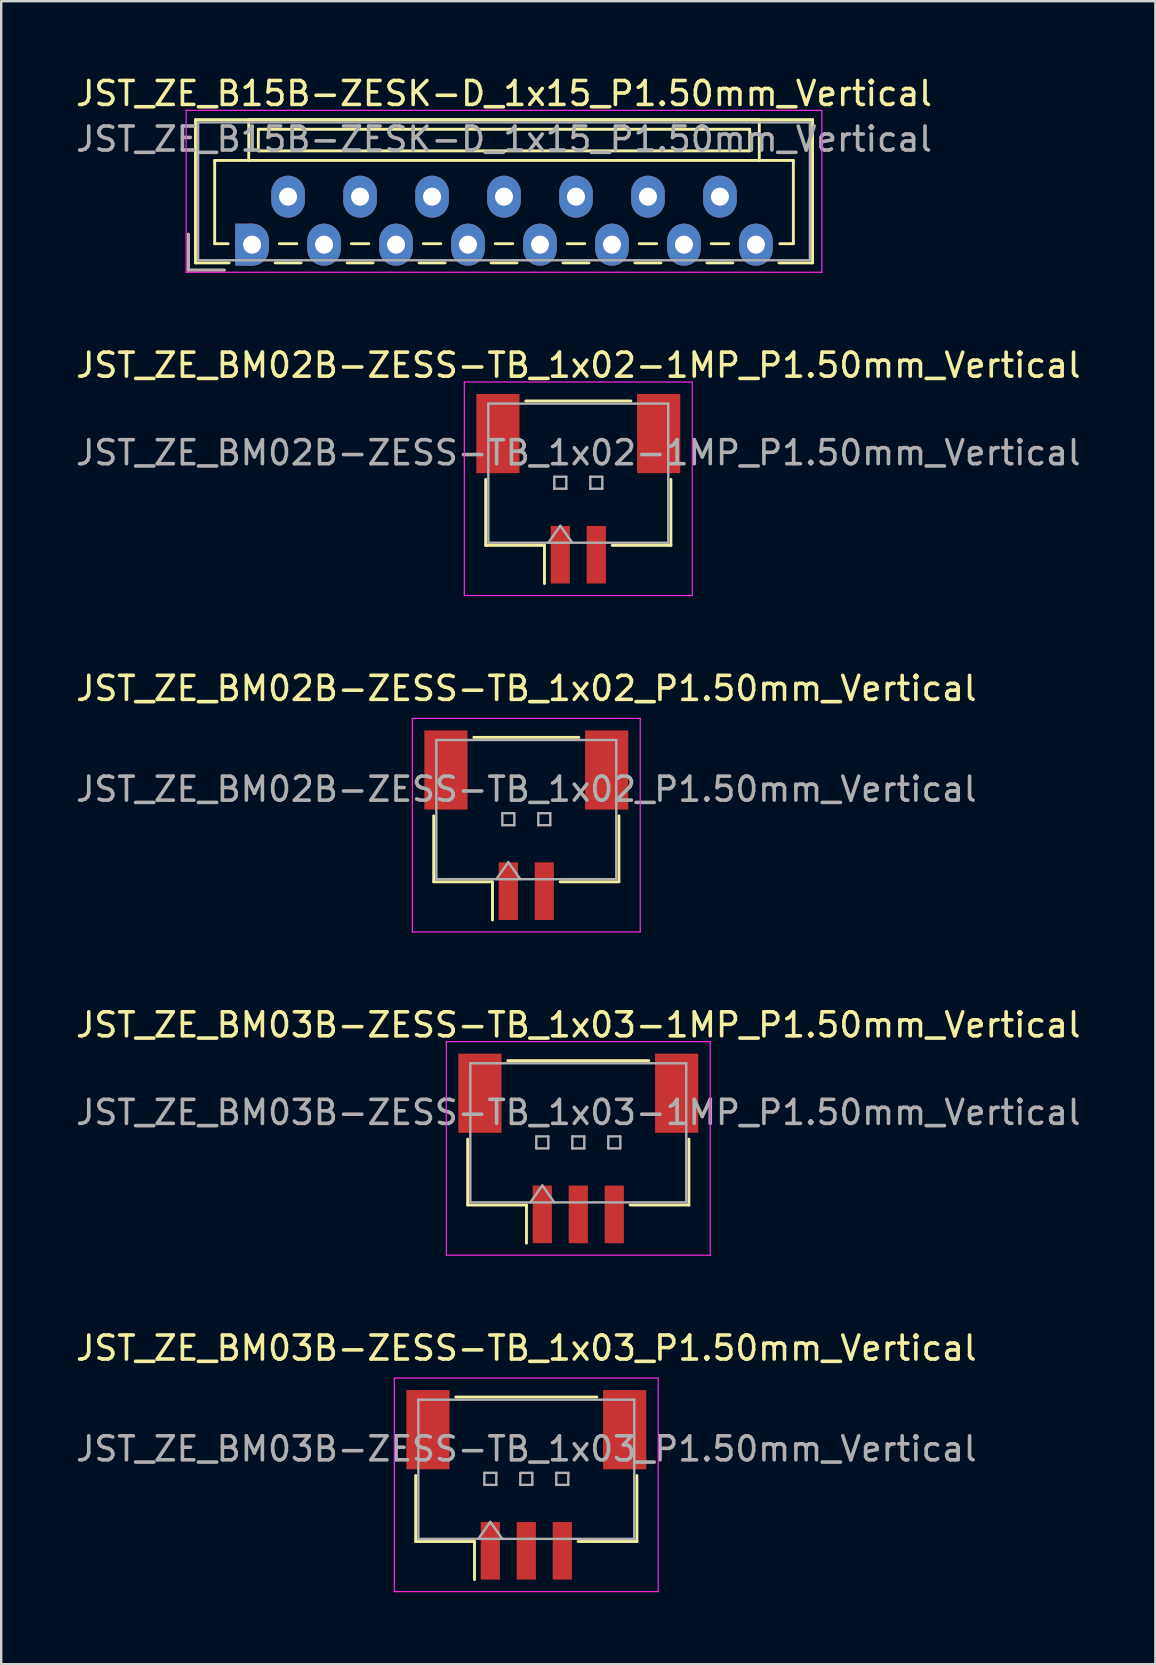
<source format=kicad_pcb>
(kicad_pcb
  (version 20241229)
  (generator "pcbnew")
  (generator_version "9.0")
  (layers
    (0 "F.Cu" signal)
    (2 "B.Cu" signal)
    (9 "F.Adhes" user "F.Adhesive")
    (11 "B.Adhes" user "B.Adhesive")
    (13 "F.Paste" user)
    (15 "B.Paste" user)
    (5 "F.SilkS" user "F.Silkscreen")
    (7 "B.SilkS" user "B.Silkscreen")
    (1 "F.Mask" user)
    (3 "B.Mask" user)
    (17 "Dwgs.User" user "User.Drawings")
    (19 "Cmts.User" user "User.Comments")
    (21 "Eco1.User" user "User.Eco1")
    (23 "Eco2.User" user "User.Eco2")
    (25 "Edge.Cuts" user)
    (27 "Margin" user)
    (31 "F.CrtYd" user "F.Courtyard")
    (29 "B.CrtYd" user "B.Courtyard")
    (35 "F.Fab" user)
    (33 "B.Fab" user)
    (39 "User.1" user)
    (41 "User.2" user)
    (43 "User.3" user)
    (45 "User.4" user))
  (footprint "JST_ZE_B15B-ZESK-D_1x15_P1.50mm_Vertical"
    (layer "F.Cu")
    (at 7.458 7.148)
    (property "Reference" "JST_ZE_B15B-ZESK-D_1x15_P1.50mm_Vertical" (at 10.5 -6.3 0) (layer "F.SilkS") (effects (font (size 1 1) (thickness 0.15))))
    (attr through_hole)
    (fp_line (start -2.66 -0.44) (end -2.66 1.06) (stroke (width 0.12) (type solid)) (layer "F.SilkS"))
    (fp_line (start -2.66 1.06) (end -1.16 1.06) (stroke (width 0.12) (type solid)) (layer "F.SilkS"))
    (fp_line (start -2.36 -5.21) (end 23.36 -5.21) (stroke (width 0.12) (type solid)) (layer "F.SilkS"))
    (fp_line (start -2.36 0.76) (end -2.36 -5.21) (stroke (width 0.12) (type solid)) (layer "F.SilkS"))
    (fp_line (start -1.56 -3.51) (end -1.56 -0.04) (stroke (width 0.12) (type solid)) (layer "F.SilkS"))
    (fp_line (start -1.56 -0.04) (end -1 -0.04) (stroke (width 0.12) (type solid)) (layer "F.SilkS"))
    (fp_line (start -0.96 0.76) (end -2.36 0.76) (stroke (width 0.12) (type solid)) (layer "F.SilkS"))
    (fp_line (start -0.14 -5.21) (end -0.14 -3.51) (stroke (width 0.12) (type solid)) (layer "F.SilkS"))
    (fp_line (start -0.14 -3.51) (end -1.56 -3.51) (stroke (width 0.12) (type solid)) (layer "F.SilkS"))
    (fp_line (start -0.14 -3.51) (end 21.14 -3.51) (stroke (width 0.12) (type solid)) (layer "F.SilkS"))
    (fp_line (start 0.26 -4.81) (end 0.26 -3.91) (stroke (width 0.12) (type solid)) (layer "F.SilkS"))
    (fp_line (start 0.26 -3.91) (end 20.74 -3.91) (stroke (width 0.12) (type solid)) (layer "F.SilkS"))
    (fp_line (start 0.96 0.76) (end 2.04 0.76) (stroke (width 0.12) (type solid)) (layer "F.SilkS"))
    (fp_line (start 1.135 -0.04) (end 1.865 -0.04) (stroke (width 0.12) (type solid)) (layer "F.SilkS"))
    (fp_line (start 3.96 0.76) (end 5.04 0.76) (stroke (width 0.12) (type solid)) (layer "F.SilkS"))
    (fp_line (start 4.135 -0.04) (end 4.865 -0.04) (stroke (width 0.12) (type solid)) (layer "F.SilkS"))
    (fp_line (start 6.96 0.76) (end 8.04 0.76) (stroke (width 0.12) (type solid)) (layer "F.SilkS"))
    (fp_line (start 7.135 -0.04) (end 7.865 -0.04) (stroke (width 0.12) (type solid)) (layer "F.SilkS"))
    (fp_line (start 9.96 0.76) (end 11.04 0.76) (stroke (width 0.12) (type solid)) (layer "F.SilkS"))
    (fp_line (start 10.135 -0.04) (end 10.865 -0.04) (stroke (width 0.12) (type solid)) (layer "F.SilkS"))
    (fp_line (start 12.96 0.76) (end 14.04 0.76) (stroke (width 0.12) (type solid)) (layer "F.SilkS"))
    (fp_line (start 13.135 -0.04) (end 13.865 -0.04) (stroke (width 0.12) (type solid)) (layer "F.SilkS"))
    (fp_line (start 15.96 0.76) (end 17.04 0.76) (stroke (width 0.12) (type solid)) (layer "F.SilkS"))
    (fp_line (start 16.135 -0.04) (end 16.865 -0.04) (stroke (width 0.12) (type solid)) (layer "F.SilkS"))
    (fp_line (start 18.96 0.76) (end 20.04 0.76) (stroke (width 0.12) (type solid)) (layer "F.SilkS"))
    (fp_line (start 19.135 -0.04) (end 19.865 -0.04) (stroke (width 0.12) (type solid)) (layer "F.SilkS"))
    (fp_line (start 20.74 -4.81) (end 0.26 -4.81) (stroke (width 0.12) (type solid)) (layer "F.SilkS"))
    (fp_line (start 20.74 -3.91) (end 20.74 -4.81) (stroke (width 0.12) (type solid)) (layer "F.SilkS"))
    (fp_line (start 21.14 -5.21) (end -0.14 -5.21) (stroke (width 0.12) (type solid)) (layer "F.SilkS"))
    (fp_line (start 21.14 -3.51) (end 21.14 -5.21) (stroke (width 0.12) (type solid)) (layer "F.SilkS"))
    (fp_line (start 21.14 -3.51) (end 22.56 -3.51) (stroke (width 0.12) (type solid)) (layer "F.SilkS"))
    (fp_line (start 22.56 -3.51) (end 22.56 -0.04) (stroke (width 0.12) (type solid)) (layer "F.SilkS"))
    (fp_line (start 22.56 -0.04) (end 22 -0.04) (stroke (width 0.12) (type solid)) (layer "F.SilkS"))
    (fp_line (start 23.36 -5.21) (end 23.36 0.76) (stroke (width 0.12) (type solid)) (layer "F.SilkS"))
    (fp_line (start 23.36 0.76) (end 21.96 0.76) (stroke (width 0.12) (type solid)) (layer "F.SilkS"))
    (fp_line (start -2.75 -5.6) (end -2.75 1.15) (stroke (width 0.05) (type solid)) (layer "F.CrtYd"))
    (fp_line (start -2.75 1.15) (end 23.75 1.15) (stroke (width 0.05) (type solid)) (layer "F.CrtYd"))
    (fp_line (start 23.75 -5.6) (end -2.75 -5.6) (stroke (width 0.05) (type solid)) (layer "F.CrtYd"))
    (fp_line (start 23.75 1.15) (end 23.75 -5.6) (stroke (width 0.05) (type solid)) (layer "F.CrtYd"))
    (fp_line (start -2.66 -0.44) (end -2.66 1.06) (stroke (width 0.1) (type solid)) (layer "F.Fab"))
    (fp_line (start -2.66 1.06) (end -1.16 1.06) (stroke (width 0.1) (type solid)) (layer "F.Fab"))
    (fp_line (start -2.25 -5.1) (end -2.25 0.65) (stroke (width 0.1) (type solid)) (layer "F.Fab"))
    (fp_line (start -2.25 0.65) (end 23.25 0.65) (stroke (width 0.1) (type solid)) (layer "F.Fab"))
    (fp_line (start 23.25 -5.1) (end -2.25 -5.1) (stroke (width 0.1) (type solid)) (layer "F.Fab"))
    (fp_line (start 23.25 0.65) (end 23.25 -5.1) (stroke (width 0.1) (type solid)) (layer "F.Fab"))
    (fp_text user "${REFERENCE}" (at 10.5 -4.4 0) (layer "F.Fab") (effects (font (size 1 1) (thickness 0.15))))
    (pad "1" smd rect (at -0.35 0) (size 0.7 1.75) (layers "F.Cu" "F.Mask"))
    (pad "1" smd rect (at -0.35 0) (size 0.7 1.75) (layers "B.Cu" "B.Mask"))
    (pad "1" thru_hole oval (at 0 0) (size 1.4 1.75) (drill 0.75) (layers "*.Cu" "*.Mask"))
    (pad "2" thru_hole oval (at 1.5 -2) (size 1.4 1.75) (drill 0.75) (layers "*.Cu" "*.Mask"))
    (pad "3" thru_hole oval (at 3 0) (size 1.4 1.75) (drill 0.75) (layers "*.Cu" "*.Mask"))
    (pad "4" thru_hole oval (at 4.5 -2) (size 1.4 1.75) (drill 0.75) (layers "*.Cu" "*.Mask"))
    (pad "5" thru_hole oval (at 6 0) (size 1.4 1.75) (drill 0.75) (layers "*.Cu" "*.Mask"))
    (pad "6" thru_hole oval (at 7.5 -2) (size 1.4 1.75) (drill 0.75) (layers "*.Cu" "*.Mask"))
    (pad "7" thru_hole oval (at 9 0) (size 1.4 1.75) (drill 0.75) (layers "*.Cu" "*.Mask"))
    (pad "8" thru_hole oval (at 10.5 -2) (size 1.4 1.75) (drill 0.75) (layers "*.Cu" "*.Mask"))
    (pad "9" thru_hole oval (at 12 0) (size 1.4 1.75) (drill 0.75) (layers "*.Cu" "*.Mask"))
    (pad "10" thru_hole oval (at 13.5 -2) (size 1.4 1.75) (drill 0.75) (layers "*.Cu" "*.Mask"))
    (pad "11" thru_hole oval (at 15 0) (size 1.4 1.75) (drill 0.75) (layers "*.Cu" "*.Mask"))
    (pad "12" thru_hole oval (at 16.5 -2) (size 1.4 1.75) (drill 0.75) (layers "*.Cu" "*.Mask"))
    (pad "13" thru_hole oval (at 18 0) (size 1.4 1.75) (drill 0.75) (layers "*.Cu" "*.Mask"))
    (pad "14" thru_hole oval (at 19.5 -2) (size 1.4 1.75) (drill 0.75) (layers "*.Cu" "*.Mask"))
    (pad "15" thru_hole oval (at 21 0) (size 1.4 1.75) (drill 0.75) (layers "*.Cu" "*.Mask")))
  (footprint "JST_ZE_BM02B-ZESS-TB_1x02-1MP_P1.50mm_Vertical"
    (layer "F.Cu")
    (at 21.054 17.322)
    (property "Reference" "JST_ZE_BM02B-ZESS-TB_1x02-1MP_P1.50mm_Vertical" (at 0 -5.15 0) (layer "F.SilkS") (effects (font (size 1 1) (thickness 0.15))))
    (attr smd)
    (fp_line (start -3.86 -0.39) (end -3.86 2.36) (stroke (width 0.12) (type solid)) (layer "F.SilkS"))
    (fp_line (start -3.86 2.36) (end -1.41 2.36) (stroke (width 0.12) (type solid)) (layer "F.SilkS"))
    (fp_line (start -2.19 -3.66) (end 2.19 -3.66) (stroke (width 0.12) (type solid)) (layer "F.SilkS"))
    (fp_line (start -1.41 2.36) (end -1.41 3.95) (stroke (width 0.12) (type solid)) (layer "F.SilkS"))
    (fp_line (start 3.86 -0.39) (end 3.86 2.36) (stroke (width 0.12) (type solid)) (layer "F.SilkS"))
    (fp_line (start 3.86 2.36) (end 1.41 2.36) (stroke (width 0.12) (type solid)) (layer "F.SilkS"))
    (fp_line (start -4.75 -4.45) (end -4.75 4.45) (stroke (width 0.05) (type solid)) (layer "F.CrtYd"))
    (fp_line (start -4.75 4.45) (end 4.75 4.45) (stroke (width 0.05) (type solid)) (layer "F.CrtYd"))
    (fp_line (start 4.75 -4.45) (end -4.75 -4.45) (stroke (width 0.05) (type solid)) (layer "F.CrtYd"))
    (fp_line (start 4.75 4.45) (end 4.75 -4.45) (stroke (width 0.05) (type solid)) (layer "F.CrtYd"))
    (fp_line (start -3.75 -3.55) (end 3.75 -3.55) (stroke (width 0.1) (type solid)) (layer "F.Fab"))
    (fp_line (start -3.75 2.25) (end -3.75 -3.55) (stroke (width 0.1) (type solid)) (layer "F.Fab"))
    (fp_line (start -3.75 2.25) (end 3.75 2.25) (stroke (width 0.1) (type solid)) (layer "F.Fab"))
    (fp_line (start -1.25 2.25) (end -0.75 1.543) (stroke (width 0.1) (type solid)) (layer "F.Fab"))
    (fp_line (start -1 -0.5) (end -1 0) (stroke (width 0.1) (type solid)) (layer "F.Fab"))
    (fp_line (start -1 0) (end -0.5 0) (stroke (width 0.1) (type solid)) (layer "F.Fab"))
    (fp_line (start -0.75 1.543) (end -0.25 2.25) (stroke (width 0.1) (type solid)) (layer "F.Fab"))
    (fp_line (start -0.5 -0.5) (end -1 -0.5) (stroke (width 0.1) (type solid)) (layer "F.Fab"))
    (fp_line (start -0.5 0) (end -0.5 -0.5) (stroke (width 0.1) (type solid)) (layer "F.Fab"))
    (fp_line (start 0.5 -0.5) (end 0.5 0) (stroke (width 0.1) (type solid)) (layer "F.Fab"))
    (fp_line (start 0.5 0) (end 1 0) (stroke (width 0.1) (type solid)) (layer "F.Fab"))
    (fp_line (start 1 -0.5) (end 0.5 -0.5) (stroke (width 0.1) (type solid)) (layer "F.Fab"))
    (fp_line (start 1 0) (end 1 -0.5) (stroke (width 0.1) (type solid)) (layer "F.Fab"))
    (fp_line (start 3.75 2.25) (end 3.75 -3.55) (stroke (width 0.1) (type solid)) (layer "F.Fab"))
    (fp_text user "${REFERENCE}" (at 0 -1.5 0) (layer "F.Fab") (effects (font (size 1 1) (thickness 0.15))))
    (pad "1" smd rect (at -0.75 2.75) (size 0.8 2.4) (layers "F.Cu" "F.Mask" "F.Paste"))
    (pad "2" smd rect (at 0.75 2.75) (size 0.8 2.4) (layers "F.Cu" "F.Mask" "F.Paste"))
    (pad "MP" smd rect (at -3.35 -2.3) (size 1.8 3.3) (layers "F.Cu" "F.Mask" "F.Paste"))
    (pad "MP" smd rect (at 3.35 -2.3) (size 1.8 3.3) (layers "F.Cu" "F.Mask" "F.Paste")))
  (footprint "JST_ZE_BM03B-ZESS-TB_1x03_P1.50mm_Vertical"
    (layer "F.Cu")
    (at 18.887 58.841)
    (property "Reference" "JST_ZE_BM03B-ZESS-TB_1x03_P1.50mm_Vertical" (at 0 -5.7 0) (layer "F.SilkS") (effects (font (size 1 1) (thickness 0.15))))
    (attr smd)
    (fp_line (start -4.61 -0.39) (end -4.61 2.36) (stroke (width 0.12) (type solid)) (layer "F.SilkS"))
    (fp_line (start -4.61 2.36) (end -2.16 2.36) (stroke (width 0.12) (type solid)) (layer "F.SilkS"))
    (fp_line (start -2.94 -3.66) (end 2.94 -3.66) (stroke (width 0.12) (type solid)) (layer "F.SilkS"))
    (fp_line (start -2.16 2.36) (end -2.16 3.95) (stroke (width 0.12) (type solid)) (layer "F.SilkS"))
    (fp_line (start 4.61 -0.39) (end 4.61 2.36) (stroke (width 0.12) (type solid)) (layer "F.SilkS"))
    (fp_line (start 4.61 2.36) (end 2.16 2.36) (stroke (width 0.12) (type solid)) (layer "F.SilkS"))
    (fp_line (start -5.5 -4.45) (end -5.5 4.45) (stroke (width 0.05) (type solid)) (layer "F.CrtYd"))
    (fp_line (start -5.5 4.45) (end 5.5 4.45) (stroke (width 0.05) (type solid)) (layer "F.CrtYd"))
    (fp_line (start 5.5 -4.45) (end -5.5 -4.45) (stroke (width 0.05) (type solid)) (layer "F.CrtYd"))
    (fp_line (start 5.5 4.45) (end 5.5 -4.45) (stroke (width 0.05) (type solid)) (layer "F.CrtYd"))
    (fp_line (start -4.5 -3.55) (end 4.5 -3.55) (stroke (width 0.1) (type solid)) (layer "F.Fab"))
    (fp_line (start -4.5 2.25) (end -4.5 -3.55) (stroke (width 0.1) (type solid)) (layer "F.Fab"))
    (fp_line (start -4.5 2.25) (end 4.5 2.25) (stroke (width 0.1) (type solid)) (layer "F.Fab"))
    (fp_line (start -2 2.25) (end -1.5 1.543) (stroke (width 0.1) (type solid)) (layer "F.Fab"))
    (fp_line (start -1.75 -0.5) (end -1.75 0) (stroke (width 0.1) (type solid)) (layer "F.Fab"))
    (fp_line (start -1.75 0) (end -1.25 0) (stroke (width 0.1) (type solid)) (layer "F.Fab"))
    (fp_line (start -1.5 1.543) (end -1 2.25) (stroke (width 0.1) (type solid)) (layer "F.Fab"))
    (fp_line (start -1.25 -0.5) (end -1.75 -0.5) (stroke (width 0.1) (type solid)) (layer "F.Fab"))
    (fp_line (start -1.25 0) (end -1.25 -0.5) (stroke (width 0.1) (type solid)) (layer "F.Fab"))
    (fp_line (start -0.25 -0.5) (end -0.25 0) (stroke (width 0.1) (type solid)) (layer "F.Fab"))
    (fp_line (start -0.25 0) (end 0.25 0) (stroke (width 0.1) (type solid)) (layer "F.Fab"))
    (fp_line (start 0.25 -0.5) (end -0.25 -0.5) (stroke (width 0.1) (type solid)) (layer "F.Fab"))
    (fp_line (start 0.25 0) (end 0.25 -0.5) (stroke (width 0.1) (type solid)) (layer "F.Fab"))
    (fp_line (start 1.25 -0.5) (end 1.25 0) (stroke (width 0.1) (type solid)) (layer "F.Fab"))
    (fp_line (start 1.25 0) (end 1.75 0) (stroke (width 0.1) (type solid)) (layer "F.Fab"))
    (fp_line (start 1.75 -0.5) (end 1.25 -0.5) (stroke (width 0.1) (type solid)) (layer "F.Fab"))
    (fp_line (start 1.75 0) (end 1.75 -0.5) (stroke (width 0.1) (type solid)) (layer "F.Fab"))
    (fp_line (start 4.5 2.25) (end 4.5 -3.55) (stroke (width 0.1) (type solid)) (layer "F.Fab"))
    (fp_text user "${REFERENCE}" (at 0 -1.5 0) (layer "F.Fab") (effects (font (size 1 1) (thickness 0.15))))
    (pad "" smd rect (at -4.1 -2.3) (size 1.8 3.3) (layers "F.Cu" "F.Mask" "F.Paste"))
    (pad "" smd rect (at 4.1 -2.3) (size 1.8 3.3) (layers "F.Cu" "F.Mask" "F.Paste"))
    (pad "1" smd rect (at -1.5 2.75) (size 0.8 2.4) (layers "F.Cu" "F.Mask" "F.Paste"))
    (pad "2" smd rect (at 0 2.75) (size 0.8 2.4) (layers "F.Cu" "F.Mask" "F.Paste"))
    (pad "3" smd rect (at 1.5 2.75) (size 0.8 2.4) (layers "F.Cu" "F.Mask" "F.Paste")))
  (footprint "JST_ZE_BM02B-ZESS-TB_1x02_P1.50mm_Vertical"
    (layer "F.Cu")
    (at 18.887 31.345)
    (property "Reference" "JST_ZE_BM02B-ZESS-TB_1x02_P1.50mm_Vertical" (at 0 -5.7 0) (layer "F.SilkS") (effects (font (size 1 1) (thickness 0.15))))
    (attr smd)
    (fp_line (start -3.86 -0.39) (end -3.86 2.36) (stroke (width 0.12) (type solid)) (layer "F.SilkS"))
    (fp_line (start -3.86 2.36) (end -1.41 2.36) (stroke (width 0.12) (type solid)) (layer "F.SilkS"))
    (fp_line (start -2.19 -3.66) (end 2.19 -3.66) (stroke (width 0.12) (type solid)) (layer "F.SilkS"))
    (fp_line (start -1.41 2.36) (end -1.41 3.95) (stroke (width 0.12) (type solid)) (layer "F.SilkS"))
    (fp_line (start 3.86 -0.39) (end 3.86 2.36) (stroke (width 0.12) (type solid)) (layer "F.SilkS"))
    (fp_line (start 3.86 2.36) (end 1.41 2.36) (stroke (width 0.12) (type solid)) (layer "F.SilkS"))
    (fp_line (start -4.75 -4.45) (end -4.75 4.45) (stroke (width 0.05) (type solid)) (layer "F.CrtYd"))
    (fp_line (start -4.75 4.45) (end 4.75 4.45) (stroke (width 0.05) (type solid)) (layer "F.CrtYd"))
    (fp_line (start 4.75 -4.45) (end -4.75 -4.45) (stroke (width 0.05) (type solid)) (layer "F.CrtYd"))
    (fp_line (start 4.75 4.45) (end 4.75 -4.45) (stroke (width 0.05) (type solid)) (layer "F.CrtYd"))
    (fp_line (start -3.75 -3.55) (end 3.75 -3.55) (stroke (width 0.1) (type solid)) (layer "F.Fab"))
    (fp_line (start -3.75 2.25) (end -3.75 -3.55) (stroke (width 0.1) (type solid)) (layer "F.Fab"))
    (fp_line (start -3.75 2.25) (end 3.75 2.25) (stroke (width 0.1) (type solid)) (layer "F.Fab"))
    (fp_line (start -1.25 2.25) (end -0.75 1.543) (stroke (width 0.1) (type solid)) (layer "F.Fab"))
    (fp_line (start -1 -0.5) (end -1 0) (stroke (width 0.1) (type solid)) (layer "F.Fab"))
    (fp_line (start -1 0) (end -0.5 0) (stroke (width 0.1) (type solid)) (layer "F.Fab"))
    (fp_line (start -0.75 1.543) (end -0.25 2.25) (stroke (width 0.1) (type solid)) (layer "F.Fab"))
    (fp_line (start -0.5 -0.5) (end -1 -0.5) (stroke (width 0.1) (type solid)) (layer "F.Fab"))
    (fp_line (start -0.5 0) (end -0.5 -0.5) (stroke (width 0.1) (type solid)) (layer "F.Fab"))
    (fp_line (start 0.5 -0.5) (end 0.5 0) (stroke (width 0.1) (type solid)) (layer "F.Fab"))
    (fp_line (start 0.5 0) (end 1 0) (stroke (width 0.1) (type solid)) (layer "F.Fab"))
    (fp_line (start 1 -0.5) (end 0.5 -0.5) (stroke (width 0.1) (type solid)) (layer "F.Fab"))
    (fp_line (start 1 0) (end 1 -0.5) (stroke (width 0.1) (type solid)) (layer "F.Fab"))
    (fp_line (start 3.75 2.25) (end 3.75 -3.55) (stroke (width 0.1) (type solid)) (layer "F.Fab"))
    (fp_text user "${REFERENCE}" (at 0 -1.5 0) (layer "F.Fab") (effects (font (size 1 1) (thickness 0.15))))
    (pad "" smd rect (at -3.35 -2.3) (size 1.8 3.3) (layers "F.Cu" "F.Mask" "F.Paste"))
    (pad "" smd rect (at 3.35 -2.3) (size 1.8 3.3) (layers "F.Cu" "F.Mask" "F.Paste"))
    (pad "1" smd rect (at -0.75 2.75) (size 0.8 2.4) (layers "F.Cu" "F.Mask" "F.Paste"))
    (pad "2" smd rect (at 0.75 2.75) (size 0.8 2.4) (layers "F.Cu" "F.Mask" "F.Paste")))
  (footprint "JST_ZE_BM03B-ZESS-TB_1x03-1MP_P1.50mm_Vertical"
    (layer "F.Cu")
    (at 21.054 44.818)
    (property "Reference" "JST_ZE_BM03B-ZESS-TB_1x03-1MP_P1.50mm_Vertical" (at 0 -5.15 0) (layer "F.SilkS") (effects (font (size 1 1) (thickness 0.15))))
    (attr smd)
    (fp_line (start -4.61 -0.39) (end -4.61 2.36) (stroke (width 0.12) (type solid)) (layer "F.SilkS"))
    (fp_line (start -4.61 2.36) (end -2.16 2.36) (stroke (width 0.12) (type solid)) (layer "F.SilkS"))
    (fp_line (start -2.94 -3.66) (end 2.94 -3.66) (stroke (width 0.12) (type solid)) (layer "F.SilkS"))
    (fp_line (start -2.16 2.36) (end -2.16 3.95) (stroke (width 0.12) (type solid)) (layer "F.SilkS"))
    (fp_line (start 4.61 -0.39) (end 4.61 2.36) (stroke (width 0.12) (type solid)) (layer "F.SilkS"))
    (fp_line (start 4.61 2.36) (end 2.16 2.36) (stroke (width 0.12) (type solid)) (layer "F.SilkS"))
    (fp_line (start -5.5 -4.45) (end -5.5 4.45) (stroke (width 0.05) (type solid)) (layer "F.CrtYd"))
    (fp_line (start -5.5 4.45) (end 5.5 4.45) (stroke (width 0.05) (type solid)) (layer "F.CrtYd"))
    (fp_line (start 5.5 -4.45) (end -5.5 -4.45) (stroke (width 0.05) (type solid)) (layer "F.CrtYd"))
    (fp_line (start 5.5 4.45) (end 5.5 -4.45) (stroke (width 0.05) (type solid)) (layer "F.CrtYd"))
    (fp_line (start -4.5 -3.55) (end 4.5 -3.55) (stroke (width 0.1) (type solid)) (layer "F.Fab"))
    (fp_line (start -4.5 2.25) (end -4.5 -3.55) (stroke (width 0.1) (type solid)) (layer "F.Fab"))
    (fp_line (start -4.5 2.25) (end 4.5 2.25) (stroke (width 0.1) (type solid)) (layer "F.Fab"))
    (fp_line (start -2 2.25) (end -1.5 1.543) (stroke (width 0.1) (type solid)) (layer "F.Fab"))
    (fp_line (start -1.75 -0.5) (end -1.75 0) (stroke (width 0.1) (type solid)) (layer "F.Fab"))
    (fp_line (start -1.75 0) (end -1.25 0) (stroke (width 0.1) (type solid)) (layer "F.Fab"))
    (fp_line (start -1.5 1.543) (end -1 2.25) (stroke (width 0.1) (type solid)) (layer "F.Fab"))
    (fp_line (start -1.25 -0.5) (end -1.75 -0.5) (stroke (width 0.1) (type solid)) (layer "F.Fab"))
    (fp_line (start -1.25 0) (end -1.25 -0.5) (stroke (width 0.1) (type solid)) (layer "F.Fab"))
    (fp_line (start -0.25 -0.5) (end -0.25 0) (stroke (width 0.1) (type solid)) (layer "F.Fab"))
    (fp_line (start -0.25 0) (end 0.25 0) (stroke (width 0.1) (type solid)) (layer "F.Fab"))
    (fp_line (start 0.25 -0.5) (end -0.25 -0.5) (stroke (width 0.1) (type solid)) (layer "F.Fab"))
    (fp_line (start 0.25 0) (end 0.25 -0.5) (stroke (width 0.1) (type solid)) (layer "F.Fab"))
    (fp_line (start 1.25 -0.5) (end 1.25 0) (stroke (width 0.1) (type solid)) (layer "F.Fab"))
    (fp_line (start 1.25 0) (end 1.75 0) (stroke (width 0.1) (type solid)) (layer "F.Fab"))
    (fp_line (start 1.75 -0.5) (end 1.25 -0.5) (stroke (width 0.1) (type solid)) (layer "F.Fab"))
    (fp_line (start 1.75 0) (end 1.75 -0.5) (stroke (width 0.1) (type solid)) (layer "F.Fab"))
    (fp_line (start 4.5 2.25) (end 4.5 -3.55) (stroke (width 0.1) (type solid)) (layer "F.Fab"))
    (fp_text user "${REFERENCE}" (at 0 -1.5 0) (layer "F.Fab") (effects (font (size 1 1) (thickness 0.15))))
    (pad "1" smd rect (at -1.5 2.75) (size 0.8 2.4) (layers "F.Cu" "F.Mask" "F.Paste"))
    (pad "2" smd rect (at 0 2.75) (size 0.8 2.4) (layers "F.Cu" "F.Mask" "F.Paste"))
    (pad "3" smd rect (at 1.5 2.75) (size 0.8 2.4) (layers "F.Cu" "F.Mask" "F.Paste"))
    (pad "MP" smd rect (at -4.1 -2.3) (size 1.8 3.3) (layers "F.Cu" "F.Mask" "F.Paste"))
    (pad "MP" smd rect (at 4.1 -2.3) (size 1.8 3.3) (layers "F.Cu" "F.Mask" "F.Paste")))
  (gr_rect
    (start -3 -3)
    (end 45.107 66.316)
    (stroke (width 0.1) (type default))
    (fill no)
    (layer "Edge.Cuts")))
</source>
